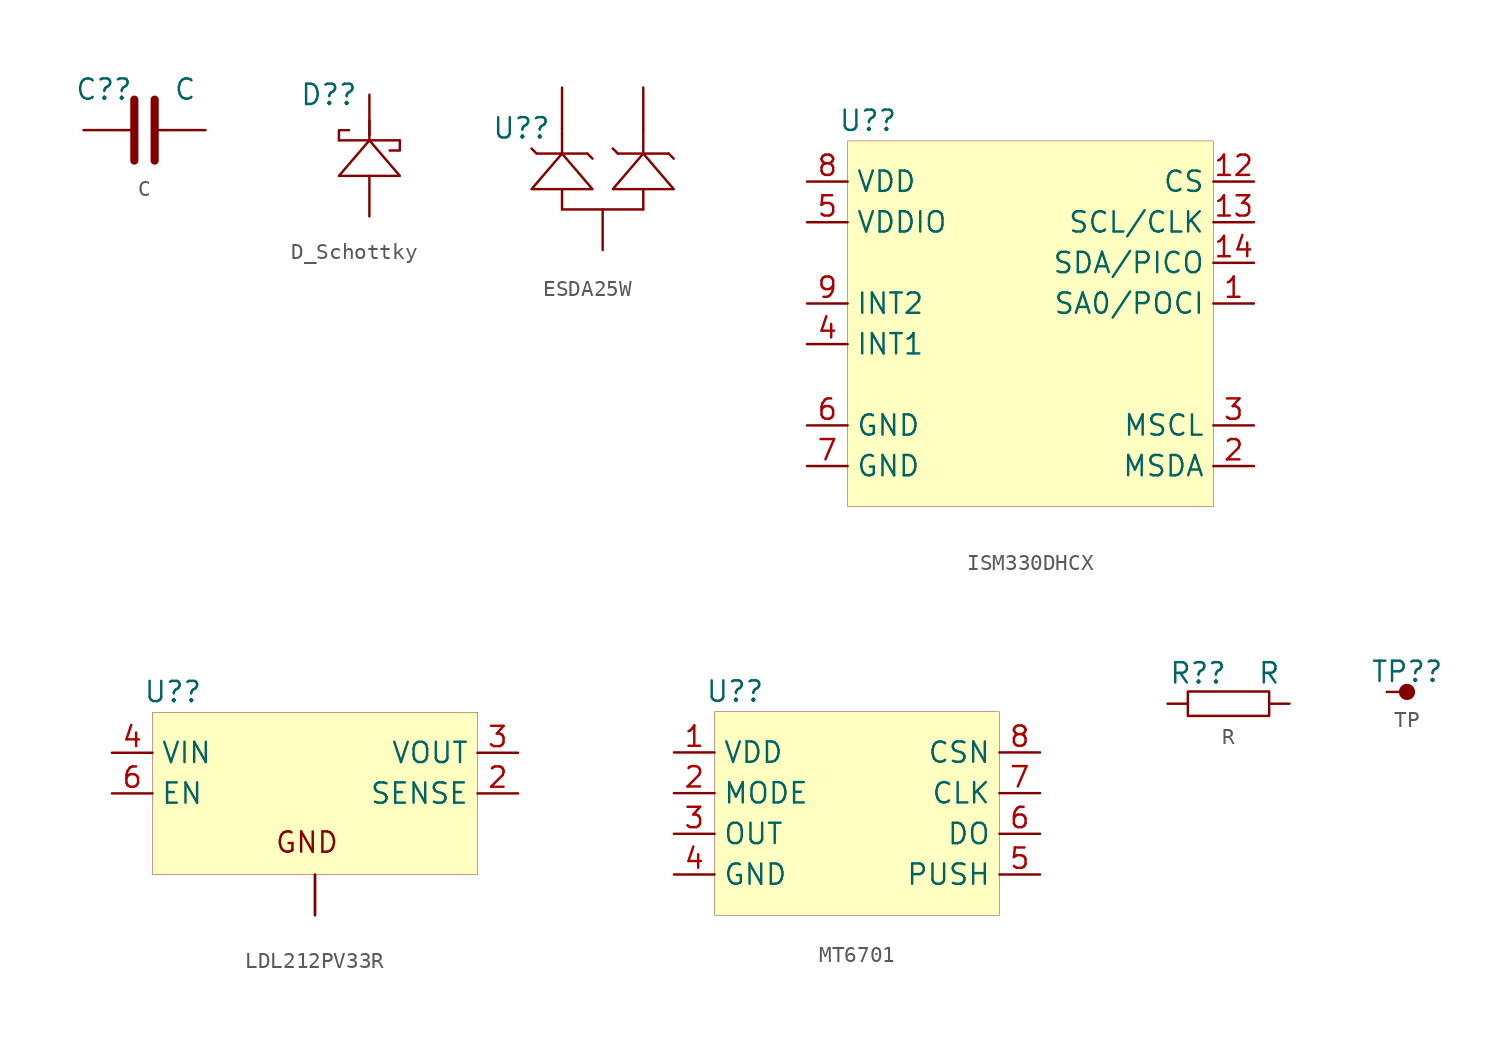
<source format=kicad_sym>
(kicad_symbol_lib
  (version 20241209)
  (generator "kicad_symbol_editor")
  (generator_version "9.0")
  (symbol "C"
    (pin_numbers
      (hide yes))
    (pin_names
      (hide yes))
    (property "Reference" "C?"
      (at -2.54 2.54 0)
      (effects (font (size 1.27 1.27))))
    (property "Value" "C"
      (at 2.54 2.54 0)
      (effects (font (size 1.27 1.27))))
    (symbol "C_1_1"
      (polyline (pts (xy -1.27 0) (xy -0.635 0)) (stroke (width 0) (type default)) (fill (type none)))
      (polyline (pts (xy -0.635 1.905) (xy -0.635 -1.905)) (stroke (width 0.508) (type solid)) (fill (type none)))
      (polyline (pts (xy 0.635 1.905) (xy 0.635 -1.905)) (stroke (width 0.508) (type solid)) (fill (type none)))
      (polyline (pts (xy 1.27 0) (xy 0.635 0)) (stroke (width 0) (type default)) (fill (type none)))
      (pin passive line (at -3.81 0 0) (length 2.54) (name "1" (effects (font (size 1.27 1.27)))) (number "1" (effects (font (size 1.27 1.27)))))
      (pin passive line (at 3.81 0 180) (length 2.54) (name "2" (effects (font (size 1.27 1.27)))) (number "2" (effects (font (size 1.27 1.27)))))))
  (symbol "D_Schottky"
    (pin_numbers
      (hide yes))
    (pin_names
      (hide yes))
    (property "Reference" "D?"
      (at -2.54 3.81 0)
      (effects (font (size 1.27 1.27))))
    (property "Value" ""
      (at 0 0 0)
      (effects (font (size 1.27 1.27))))
    (symbol "D_Schottky_1_0"
      (polyline (pts (xy -1.905 0.953) (xy 0 0.953)) (stroke (width 0) (type solid)) (fill (type none)))
      (polyline (pts (xy -1.905 0.953) (xy -1.905 1.588) (xy -1.27 1.588)) (stroke (width 0) (type solid)) (fill (type none)))
      (polyline (pts (xy -1.905 -1.27) (xy 1.905 -1.27) (xy 0 0.953) (xy -1.905 -1.27)) (stroke (width 0) (type solid)) (fill (type none)))
      (polyline (pts (xy 0 0.924) (xy 0 2.194)) (stroke (width 0) (type solid)) (fill (type none)))
      (polyline (pts (xy 1.905 0.953) (xy 0 0.953)) (stroke (width 0) (type solid)) (fill (type none)))
      (polyline (pts (xy 1.905 0.953) (xy 1.905 0.318) (xy 1.27 0.318)) (stroke (width 0) (type solid)) (fill (type none)))
      (pin passive line (at 0 3.81 270) (length 2.54) (name "2" (effects (font (size 1.27 1.27)))) (number "2" (effects (font (size 1.27 1.27)))))
      (pin passive line (at 0 -3.81 90) (length 2.54) (name "1" (effects (font (size 1.27 1.27)))) (number "1" (effects (font (size 1.27 1.27)))))))
  (symbol "ESDA25W"
    (pin_numbers
      (hide yes))
    (pin_names
      (hide yes))
    (property "Reference" "U?"
      (at -5.08 5.08 0)
      (effects (font (size 1.27 1.27))))
    (property "Value" ""
      (at 0 0 0)
      (effects (font (size 1.27 1.27))))
    (symbol "ESDA25W_1_0"
      (polyline (pts (xy -4.127 3.493) (xy -4.445 3.81)) (stroke (width 0) (type solid)) (fill (type none)))
      (polyline (pts (xy -4.127 3.493) (xy -2.54 3.493)) (stroke (width 0) (type solid)) (fill (type none)))
      (polyline (pts (xy -2.54 5.08) (xy -2.54 3.493)) (stroke (width 0) (type solid)) (fill (type none)))
      (polyline (pts (xy -2.54 0) (xy -2.54 1.27)) (stroke (width 0) (type solid)) (fill (type none)))
      (polyline (pts (xy -0.952 3.493) (xy -2.54 3.493)) (stroke (width 0) (type solid)) (fill (type none)))
      (polyline (pts (xy -0.952 3.493) (xy -0.635 3.175)) (stroke (width 0) (type solid)) (fill (type none)))
      (polyline (pts (xy -0.635 1.27) (xy -4.445 1.27) (xy -2.54 3.493) (xy -0.635 1.27)) (stroke (width 0) (type solid)) (fill (type none)))
      (polyline (pts (xy 0.953 3.493) (xy 0.635 3.81)) (stroke (width 0) (type solid)) (fill (type none)))
      (polyline (pts (xy 0.953 3.493) (xy 2.54 3.493)) (stroke (width 0) (type solid)) (fill (type none)))
      (polyline (pts (xy 2.54 5.08) (xy 2.54 3.493)) (stroke (width 0) (type solid)) (fill (type none)))
      (polyline (pts (xy 2.54 0) (xy -2.54 0)) (stroke (width 0) (type solid)) (fill (type none)))
      (polyline (pts (xy 2.54 0) (xy 2.54 1.27)) (stroke (width 0) (type solid)) (fill (type none)))
      (polyline (pts (xy 4.128 3.493) (xy 2.54 3.493)) (stroke (width 0) (type solid)) (fill (type none)))
      (polyline (pts (xy 4.128 3.493) (xy 4.445 3.175)) (stroke (width 0) (type solid)) (fill (type none)))
      (polyline (pts (xy 4.445 1.27) (xy 0.635 1.27) (xy 2.54 3.493) (xy 4.445 1.27)) (stroke (width 0) (type solid)) (fill (type none)))
      (pin passive line (at -2.54 7.62 270) (length 2.54) (name "1" (effects (font (size 1.27 1.27)))) (number "1" (effects (font (size 1.27 1.27)))))
      (pin passive line (at 0 -2.54 90) (length 2.54) (name "3" (effects (font (size 1.27 1.27)))) (number "3" (effects (font (size 1.27 1.27)))))
      (pin passive line (at 2.54 7.62 270) (length 2.54) (name "2" (effects (font (size 1.27 1.27)))) (number "2" (effects (font (size 1.27 1.27)))))))
  (symbol "ISM330DHCX"
    (property "Reference" "U?"
      (at -8.89 16.51 0)
      (effects (font (size 1.27 1.27))))
    (property "Value" ""
      (at 0 0 0)
      (effects (font (size 1.27 1.27))))
    (symbol "ISM330DHCX_1_0"
      (rectangle (start 12.7 15.24) (end -10.16 -7.62) (stroke (width 0.025) (type solid) (color 128 0 0 1)) (fill (type background)))
      (pin passive line (at -12.7 12.7 0) (length 2.54) (name "VDD" (effects (font (size 1.27 1.27)))) (number "8" (effects (font (size 1.27 1.27)))))
      (pin passive line (at -12.7 10.16 0) (length 2.54) (name "VDDIO" (effects (font (size 1.27 1.27)))) (number "5" (effects (font (size 1.27 1.27)))))
      (pin passive line (at -12.7 5.08 0) (length 2.54) (name "INT2" (effects (font (size 1.27 1.27)))) (number "9" (effects (font (size 1.27 1.27)))))
      (pin passive line (at -12.7 2.54 0) (length 2.54) (name "INT1" (effects (font (size 1.27 1.27)))) (number "4" (effects (font (size 1.27 1.27)))))
      (pin passive line (at -12.7 -2.54 0) (length 2.54) (name "GND" (effects (font (size 1.27 1.27)))) (number "6" (effects (font (size 1.27 1.27)))))
      (pin passive line (at -12.7 -5.08 0) (length 2.54) (name "GND" (effects (font (size 1.27 1.27)))) (number "7" (effects (font (size 1.27 1.27)))))
      (pin passive line (at 15.24 12.7 180) (length 2.54) (name "CS" (effects (font (size 1.27 1.27)))) (number "12" (effects (font (size 1.27 1.27)))))
      (pin passive line (at 15.24 10.16 180) (length 2.54) (name "SCL/CLK" (effects (font (size 1.27 1.27)))) (number "13" (effects (font (size 1.27 1.27)))))
      (pin passive line (at 15.24 7.62 180) (length 2.54) (name "SDA/PICO" (effects (font (size 1.27 1.27)))) (number "14" (effects (font (size 1.27 1.27)))))
      (pin passive line (at 15.24 5.08 180) (length 2.54) (name "SA0/POCI" (effects (font (size 1.27 1.27)))) (number "1" (effects (font (size 1.27 1.27)))))
      (pin passive line (at 15.24 -2.54 180) (length 2.54) (name "MSCL" (effects (font (size 1.27 1.27)))) (number "3" (effects (font (size 1.27 1.27)))))
      (pin passive line (at 15.24 -5.08 180) (length 2.54) (name "MSDA" (effects (font (size 1.27 1.27)))) (number "2" (effects (font (size 1.27 1.27)))))))
  (symbol "LDL212PV33R"
    (property "Reference" "U?"
      (at -8.89 8.89 0)
      (effects (font (size 1.27 1.27))))
    (property "Value" ""
      (at 0 0 0)
      (effects (font (size 1.27 1.27))))
    (symbol "LDL212PV33R_1_0"
      (rectangle (start 10.16 7.62) (end -10.16 -2.54) (stroke (width 0.025) (type solid) (color 128 0 0 1)) (fill (type background)))
      (text "GND" (at -2.54 -1.27 0) (effects (font (size 1.27 1.27)) (justify left bottom)))
      (pin passive line (at -12.7 5.08 0) (length 2.54) (name "VIN" (effects (font (size 1.27 1.27)))) (number "4" (effects (font (size 1.27 1.27)))))
      (pin passive line (at -12.7 2.54 0) (length 2.54) (name "EN" (effects (font (size 1.27 1.27)))) (number "6" (effects (font (size 1.27 1.27)))))
      (pin passive line (at 0 -5.08 90) (length 2.54) (name "GND" (effects (font (size 0 0)))) (number "1" (effects (font (size 0 0)))))
      (pin passive line (at 0 -5.08 90) (length 2.54) (name "GND" (effects (font (size 0 0)))) (number "PAD" (effects (font (size 0 0)))))
      (pin passive line (at 12.7 5.08 180) (length 2.54) (name "VOUT" (effects (font (size 1.27 1.27)))) (number "3" (effects (font (size 1.27 1.27)))))
      (pin passive line (at 12.7 2.54 180) (length 2.54) (name "SENSE" (effects (font (size 1.27 1.27)))) (number "2" (effects (font (size 1.27 1.27)))))))
  (symbol "MT6701"
    (property "Reference" "U?"
      (at -6.35 6.35 0)
      (effects (font (size 1.27 1.27))))
    (property "Value" ""
      (at 0 0 0)
      (effects (font (size 1.27 1.27))))
    (symbol "MT6701_1_0"
      (rectangle (start 10.16 5.08) (end -7.62 -7.62) (stroke (width 0.025) (type solid) (color 128 0 0 1)) (fill (type background)))
      (pin passive line (at -10.16 2.54 0) (length 2.54) (name "VDD" (effects (font (size 1.27 1.27)))) (number "1" (effects (font (size 1.27 1.27)))))
      (pin passive line (at -10.16 0 0) (length 2.54) (name "MODE" (effects (font (size 1.27 1.27)))) (number "2" (effects (font (size 1.27 1.27)))))
      (pin passive line (at -10.16 -2.54 0) (length 2.54) (name "OUT" (effects (font (size 1.27 1.27)))) (number "3" (effects (font (size 1.27 1.27)))))
      (pin passive line (at -10.16 -5.08 0) (length 2.54) (name "GND" (effects (font (size 1.27 1.27)))) (number "4" (effects (font (size 1.27 1.27)))))
      (pin passive line (at 12.7 2.54 180) (length 2.54) (name "CSN" (effects (font (size 1.27 1.27)))) (number "8" (effects (font (size 1.27 1.27)))))
      (pin passive line (at 12.7 0 180) (length 2.54) (name "CLK" (effects (font (size 1.27 1.27)))) (number "7" (effects (font (size 1.27 1.27)))))
      (pin passive line (at 12.7 -2.54 180) (length 2.54) (name "DO" (effects (font (size 1.27 1.27)))) (number "6" (effects (font (size 1.27 1.27)))))
      (pin passive line (at 12.7 -5.08 180) (length 2.54) (name "PUSH" (effects (font (size 1.27 1.27)))) (number "5" (effects (font (size 1.27 1.27)))))))
  (symbol "R"
    (pin_numbers
      (hide yes))
    (pin_names
      (offset 0)
      (hide yes))
    (property "Reference" "R?"
      (at -1.905 1.905 0)
      (effects (font (size 1.27 1.27))))
    (property "Value" "R"
      (at 2.54 1.905 0)
      (effects (font (size 1.27 1.27))))
    (symbol "R_0_1"
      (rectangle (start -2.54 0.762) (end 2.54 -0.762) (stroke (width 0) (type default)) (fill (type none))))
    (symbol "R_1_1"
      (pin passive line (at -3.81 0 0) (length 1.27) (name "1" (effects (font (size 1.27 1.27)))) (number "1" (effects (font (size 1.27 1.27)))))
      (pin passive line (at 3.81 0 180) (length 1.27) (name "2" (effects (font (size 1.27 1.27)))) (number "2" (effects (font (size 1.27 1.27)))))))
  (symbol "TP"
    (pin_numbers
      (hide yes))
    (pin_names
      (hide yes))
    (property "Reference" "TP?"
      (at 1.27 1.27 0)
      (effects (font (size 1.27 1.27))))
    (property "Value" ""
      (at 0 0 0)
      (effects (font (size 1.27 1.27))))
    (symbol "TP_1_0"
      (circle (center 1.27 0) (radius 0.508) (stroke (width -0.0001) (type solid)) (fill (type outline)))
      (pin passive line (at 0 0 0) (length 1.27) (name "1" (effects (font (size 1.27 1.27)))) (number "1" (effects (font (size 1.27 1.27))))))))
</source>
